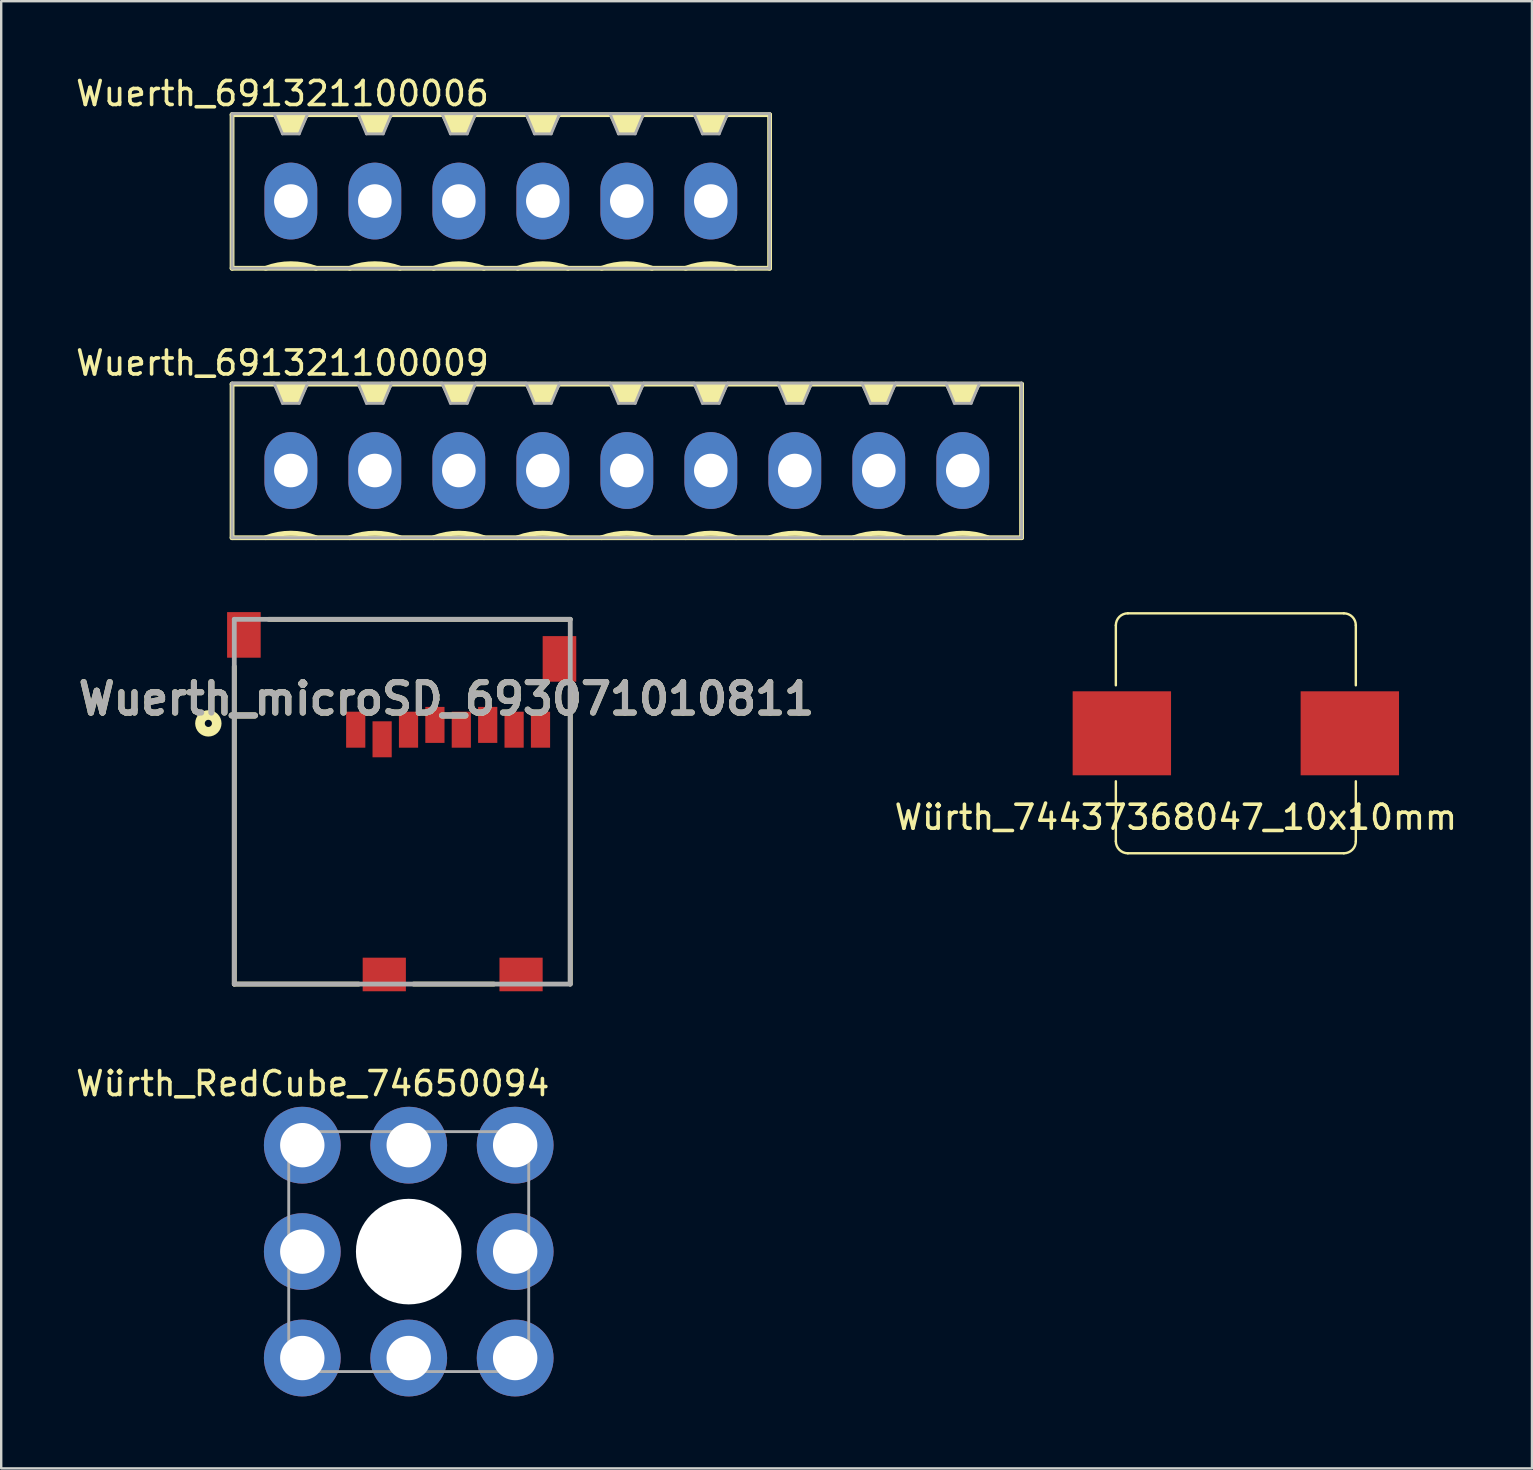
<source format=kicad_pcb>
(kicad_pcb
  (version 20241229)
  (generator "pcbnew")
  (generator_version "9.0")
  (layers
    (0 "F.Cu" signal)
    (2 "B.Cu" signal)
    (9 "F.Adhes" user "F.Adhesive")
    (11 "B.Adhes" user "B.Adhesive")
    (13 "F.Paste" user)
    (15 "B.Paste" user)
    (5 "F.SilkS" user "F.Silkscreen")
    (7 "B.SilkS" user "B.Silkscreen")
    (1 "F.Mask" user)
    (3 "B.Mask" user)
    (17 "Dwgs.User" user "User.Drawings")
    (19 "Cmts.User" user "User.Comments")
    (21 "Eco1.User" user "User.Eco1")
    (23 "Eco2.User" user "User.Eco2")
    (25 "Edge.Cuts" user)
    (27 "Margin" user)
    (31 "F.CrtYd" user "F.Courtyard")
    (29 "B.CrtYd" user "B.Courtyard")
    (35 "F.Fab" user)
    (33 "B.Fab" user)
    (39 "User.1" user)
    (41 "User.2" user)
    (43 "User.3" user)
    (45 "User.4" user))
  (footprint "Würth_74437368047_10x10mm"
    (layer "F.Cu")
    (at 48.448 27.507)
    (property "Reference" "Würth_74437368047_10x10mm" (at -2.5 3.5 0) (layer "F.SilkS") (effects (font (size 1 1) (thickness 0.15))))
    (attr through_hole)
    (fp_line (start -5 -2) (end -5 -4.5) (stroke (width 0.1) (type solid)) (layer "F.SilkS"))
    (fp_line (start -5 4.5) (end -5 2) (stroke (width 0.1) (type solid)) (layer "F.SilkS"))
    (fp_line (start -4.5 -5) (end 4.5 -5) (stroke (width 0.1) (type solid)) (layer "F.SilkS"))
    (fp_line (start 4.5 5) (end -4.5 5) (stroke (width 0.1) (type solid)) (layer "F.SilkS"))
    (fp_line (start 5 -4.5) (end 5 -2) (stroke (width 0.1) (type solid)) (layer "F.SilkS"))
    (fp_line (start 5 2) (end 5 4.5) (stroke (width 0.1) (type solid)) (layer "F.SilkS"))
    (fp_arc (start -5 -4.5) (mid -4.853553 -4.853553) (end -4.5 -5) (stroke (width 0.1) (type solid)) (layer "F.SilkS"))
    (fp_arc (start -4.5 5) (mid -4.853553 4.853553) (end -5 4.5) (stroke (width 0.1) (type solid)) (layer "F.SilkS"))
    (fp_arc (start 4.5 -5) (mid 4.853553 -4.853553) (end 5 -4.5) (stroke (width 0.1) (type solid)) (layer "F.SilkS"))
    (fp_arc (start 5 4.5) (mid 4.853553 4.853553) (end 4.5 5) (stroke (width 0.1) (type solid)) (layer "F.SilkS"))
    (pad "1" smd rect (at -4.75 0) (size 4.1 3.5) (layers "F.Cu" "F.Mask" "F.Paste"))
    (pad "2" smd rect (at 4.75 0) (size 4.1 3.5) (layers "F.Cu" "F.Mask" "F.Paste")))
  (footprint "Wuerth_microSD_693071010811"
    (layer "F.Cu")
    (at 12.873 27.757)
    (property "Reference" "Wuerth_microSD_693071010811" (at 2.682 -1.689 0) (layer "F.SilkS") (effects (font (size 1.27 1.27) (thickness 0.254))))
    (attr smd)
    (fp_line (start -6.16 10.2) (end -6.16 -3.037) (stroke (width 0.2) (type solid)) (layer "F.SilkS"))
    (fp_line (start -6.16 10.2) (end -0.978 10.2) (stroke (width 0.2) (type solid)) (layer "F.SilkS"))
    (fp_line (start 4.657 10.2) (end 1.313 10.2) (stroke (width 0.2) (type solid)) (layer "F.SilkS"))
    (fp_line (start 7.84 -5) (end -4.724 -5) (stroke (width 0.2) (type solid)) (layer "F.SilkS"))
    (fp_line (start 7.84 10.2) (end 7.84 -2.099) (stroke (width 0.2) (type solid)) (layer "F.SilkS"))
    (fp_circle (center -7.241 -0.663) (end -7.241 -0.514) (stroke (width 0.4) (type solid)) (fill no) (layer "F.SilkS"))
    (fp_line (start -6.16 -5) (end 7.84 -5) (stroke (width 0.2) (type solid)) (layer "F.Fab"))
    (fp_line (start -6.16 10.2) (end -6.16 -5) (stroke (width 0.2) (type solid)) (layer "F.Fab"))
    (fp_line (start 7.84 -5) (end 7.84 10.2) (stroke (width 0.2) (type solid)) (layer "F.Fab"))
    (fp_line (start 7.84 10.2) (end -6.16 10.2) (stroke (width 0.2) (type solid)) (layer "F.Fab"))
    (fp_text user "${REFERENCE}" (at 2.682 -1.689 0) (layer "F.Fab") (effects (font (size 1.27 1.27) (thickness 0.254))))
    (pad "1" smd rect (at -1.1 -0.4) (size 0.8 1.5) (layers "F.Cu" "F.Mask" "F.Paste"))
    (pad "2" smd rect (at 0 0) (size 0.8 1.5) (layers "F.Cu" "F.Mask" "F.Paste"))
    (pad "3" smd rect (at 1.1 -0.4) (size 0.8 1.5) (layers "F.Cu" "F.Mask" "F.Paste"))
    (pad "4" smd rect (at 2.2 -0.6) (size 0.8 1.5) (layers "F.Cu" "F.Mask" "F.Paste"))
    (pad "5" smd rect (at 3.3 -0.4) (size 0.8 1.5) (layers "F.Cu" "F.Mask" "F.Paste"))
    (pad "6" smd rect (at 4.4 -0.6) (size 0.8 1.5) (layers "F.Cu" "F.Mask" "F.Paste"))
    (pad "7" smd rect (at 5.5 -0.4) (size 0.8 1.5) (layers "F.Cu" "F.Mask" "F.Paste"))
    (pad "8" smd rect (at 6.6 -0.4) (size 0.8 1.5) (layers "F.Cu" "F.Mask" "F.Paste"))
    (pad "9" smd rect (at -5.76 -4.35) (size 1.4 1.9) (layers "F.Cu" "F.Mask" "F.Paste"))
    (pad "9" smd rect (at 7.39 -3.35) (size 1.4 1.9) (layers "F.Cu" "F.Mask" "F.Paste"))
    (pad "10" smd rect (at 0.09 9.8 90) (size 1.4 1.8) (layers "F.Cu" "F.Mask" "F.Paste"))
    (pad "10" smd rect (at 5.79 9.8 90) (size 1.4 1.8) (layers "F.Cu" "F.Mask" "F.Paste")))
  (footprint "Wuerth_691321100009"
    (layer "F.Cu")
    (at 16.07 16.557)
    (property "Reference" "Wuerth_691321100009" (at -7.35 -4.48 0) (layer "F.SilkS") (effects (font (size 1 1) (thickness 0.15))))
    (attr through_hole)
    (fp_line (start -9.45 -3.6) (end 23.45 -3.6) (stroke (width 0.2) (type solid)) (layer "F.SilkS"))
    (fp_line (start -9.45 2.8) (end -9.45 -3.6) (stroke (width 0.2) (type solid)) (layer "F.SilkS"))
    (fp_line (start -9.45 2.8) (end 23.45 2.8) (stroke (width 0.2) (type solid)) (layer "F.SilkS"))
    (fp_line (start 23.45 2.8) (end 23.45 -3.6) (stroke (width 0.2) (type solid)) (layer "F.SilkS"))
    (fp_arc (start -8.049409 2.79978) (mid -6.999685 2.6096) (end -5.950001 2.800001) (stroke (width 0.2) (type solid)) (layer "F.SilkS"))
    (fp_arc (start -4.549409 2.79978) (mid -3.499685 2.6096) (end -2.450001 2.800001) (stroke (width 0.2) (type solid)) (layer "F.SilkS"))
    (fp_arc (start -1.049409 2.79978) (mid 0.000315 2.6096) (end 1.049999 2.800001) (stroke (width 0.2) (type solid)) (layer "F.SilkS"))
    (fp_arc (start 2.450591 2.79978) (mid 3.500315 2.6096) (end 4.549999 2.800001) (stroke (width 0.2) (type solid)) (layer "F.SilkS"))
    (fp_arc (start 5.950591 2.79978) (mid 7.000315 2.6096) (end 8.049999 2.800001) (stroke (width 0.2) (type solid)) (layer "F.SilkS"))
    (fp_arc (start 9.450591 2.79978) (mid 10.500315 2.6096) (end 11.549999 2.800001) (stroke (width 0.2) (type solid)) (layer "F.SilkS"))
    (fp_arc (start 12.950591 2.79978) (mid 14.000315 2.6096) (end 15.049999 2.800001) (stroke (width 0.2) (type solid)) (layer "F.SilkS"))
    (fp_arc (start 16.450591 2.79978) (mid 17.500315 2.6096) (end 18.549999 2.800001) (stroke (width 0.2) (type solid)) (layer "F.SilkS"))
    (fp_arc (start 19.950591 2.79978) (mid 21.000315 2.6096) (end 22.049999 2.800001) (stroke (width 0.2) (type solid)) (layer "F.SilkS"))
    (fp_poly (pts (xy -7.35 -3.6) (xy -7 -2.88) (xy -6.65 -3.6)) (stroke (width 0.1) (type solid)) (fill yes) (layer "F.SilkS"))
    (fp_poly (pts (xy -7.7 -3.6) (xy -7.35 -2.88) (xy -6.65 -2.88) (xy -6.3 -3.6)) (stroke (width 0.1) (type solid)) (fill yes) (layer "F.SilkS"))
    (fp_poly (pts (xy -4.2 -3.6) (xy -3.85 -2.88) (xy -3.15 -2.88) (xy -2.8 -3.6)) (stroke (width 0.1) (type solid)) (fill yes) (layer "F.SilkS"))
    (fp_poly (pts (xy -0.7 -3.6) (xy -0.35 -2.88) (xy 0.35 -2.88) (xy 0.7 -3.6)) (stroke (width 0.1) (type solid)) (fill yes) (layer "F.SilkS"))
    (fp_poly (pts (xy 2.8 -3.6) (xy 3.15 -2.88) (xy 3.85 -2.88) (xy 4.2 -3.6)) (stroke (width 0.1) (type solid)) (fill yes) (layer "F.SilkS"))
    (fp_poly (pts (xy 6.3 -3.6) (xy 6.65 -2.88) (xy 7.35 -2.88) (xy 7.7 -3.6)) (stroke (width 0.1) (type solid)) (fill yes) (layer "F.SilkS"))
    (fp_poly (pts (xy 9.8 -3.6) (xy 10.15 -2.88) (xy 10.85 -2.88) (xy 11.2 -3.6)) (stroke (width 0.1) (type solid)) (fill yes) (layer "F.SilkS"))
    (fp_poly (pts (xy 13.3 -3.6) (xy 13.65 -2.88) (xy 14.35 -2.88) (xy 14.7 -3.6)) (stroke (width 0.1) (type solid)) (fill yes) (layer "F.SilkS"))
    (fp_poly (pts (xy 16.8 -3.6) (xy 17.15 -2.88) (xy 17.85 -2.88) (xy 18.2 -3.6)) (stroke (width 0.1) (type solid)) (fill yes) (layer "F.SilkS"))
    (fp_poly (pts (xy 20.3 -3.6) (xy 20.65 -2.88) (xy 21.35 -2.88) (xy 21.7 -3.6)) (stroke (width 0.1) (type solid)) (fill yes) (layer "F.SilkS"))
    (fp_line (start -9.45 -3.64) (end -9.45 2.8) (stroke (width 0.12) (type solid)) (layer "F.Fab"))
    (fp_line (start -9.45 -3.64) (end -7.7 -3.64) (stroke (width 0.12) (type solid)) (layer "F.Fab"))
    (fp_line (start -9.45 2.8) (end 23.45 2.8) (stroke (width 0.12) (type solid)) (layer "F.Fab"))
    (fp_line (start -7.7 -3.64) (end -7.35 -2.8) (stroke (width 0.12) (type solid)) (layer "F.Fab"))
    (fp_line (start -7.35 -2.8) (end -6.65 -2.8) (stroke (width 0.12) (type solid)) (layer "F.Fab"))
    (fp_line (start -6.65 -2.8) (end -6.3 -3.64) (stroke (width 0.12) (type solid)) (layer "F.Fab"))
    (fp_line (start -6.3 -3.64) (end -4.2 -3.64) (stroke (width 0.12) (type solid)) (layer "F.Fab"))
    (fp_line (start -4.2 -3.64) (end -3.85 -2.8) (stroke (width 0.12) (type solid)) (layer "F.Fab"))
    (fp_line (start -3.85 -2.8) (end -3.15 -2.8) (stroke (width 0.12) (type solid)) (layer "F.Fab"))
    (fp_line (start -3.15 -2.8) (end -2.8 -3.64) (stroke (width 0.12) (type solid)) (layer "F.Fab"))
    (fp_line (start -2.8 -3.64) (end -0.7 -3.64) (stroke (width 0.12) (type solid)) (layer "F.Fab"))
    (fp_line (start -0.7 -3.64) (end -0.35 -2.8) (stroke (width 0.12) (type solid)) (layer "F.Fab"))
    (fp_line (start -0.35 -2.8) (end 0.35 -2.8) (stroke (width 0.12) (type solid)) (layer "F.Fab"))
    (fp_line (start 0.35 -2.8) (end 0.7 -3.64) (stroke (width 0.12) (type solid)) (layer "F.Fab"))
    (fp_line (start 0.7 -3.64) (end 2.8 -3.64) (stroke (width 0.12) (type solid)) (layer "F.Fab"))
    (fp_line (start 2.8 -3.64) (end 3.15 -2.8) (stroke (width 0.12) (type solid)) (layer "F.Fab"))
    (fp_line (start 3.15 -2.8) (end 3.85 -2.8) (stroke (width 0.12) (type solid)) (layer "F.Fab"))
    (fp_line (start 3.85 -2.8) (end 4.2 -3.64) (stroke (width 0.12) (type solid)) (layer "F.Fab"))
    (fp_line (start 4.2 -3.64) (end 6.3 -3.64) (stroke (width 0.12) (type solid)) (layer "F.Fab"))
    (fp_line (start 6.3 -3.64) (end 6.65 -2.8) (stroke (width 0.12) (type solid)) (layer "F.Fab"))
    (fp_line (start 6.65 -2.8) (end 7.35 -2.8) (stroke (width 0.12) (type solid)) (layer "F.Fab"))
    (fp_line (start 7.35 -2.8) (end 7.7 -3.64) (stroke (width 0.12) (type solid)) (layer "F.Fab"))
    (fp_line (start 7.7 -3.64) (end 9.8 -3.64) (stroke (width 0.12) (type solid)) (layer "F.Fab"))
    (fp_line (start 9.8 -3.64) (end 10.15 -2.8) (stroke (width 0.12) (type solid)) (layer "F.Fab"))
    (fp_line (start 10.15 -2.8) (end 10.85 -2.8) (stroke (width 0.12) (type solid)) (layer "F.Fab"))
    (fp_line (start 10.85 -2.8) (end 11.2 -3.64) (stroke (width 0.12) (type solid)) (layer "F.Fab"))
    (fp_line (start 11.2 -3.64) (end 13.3 -3.64) (stroke (width 0.12) (type solid)) (layer "F.Fab"))
    (fp_line (start 13.3 -3.64) (end 13.65 -2.8) (stroke (width 0.12) (type solid)) (layer "F.Fab"))
    (fp_line (start 13.65 -2.8) (end 14.35 -2.8) (stroke (width 0.12) (type solid)) (layer "F.Fab"))
    (fp_line (start 14.35 -2.8) (end 14.7 -3.64) (stroke (width 0.12) (type solid)) (layer "F.Fab"))
    (fp_line (start 14.7 -3.64) (end 16.8 -3.64) (stroke (width 0.12) (type solid)) (layer "F.Fab"))
    (fp_line (start 16.8 -3.64) (end 17.15 -2.8) (stroke (width 0.12) (type solid)) (layer "F.Fab"))
    (fp_line (start 17.15 -2.8) (end 17.85 -2.8) (stroke (width 0.12) (type solid)) (layer "F.Fab"))
    (fp_line (start 17.85 -2.8) (end 18.2 -3.64) (stroke (width 0.12) (type solid)) (layer "F.Fab"))
    (fp_line (start 18.2 -3.64) (end 20.3 -3.64) (stroke (width 0.12) (type solid)) (layer "F.Fab"))
    (fp_line (start 20.3 -3.64) (end 20.65 -2.8) (stroke (width 0.12) (type solid)) (layer "F.Fab"))
    (fp_line (start 20.65 -2.8) (end 21.35 -2.8) (stroke (width 0.12) (type solid)) (layer "F.Fab"))
    (fp_line (start 21.35 -2.8) (end 21.7 -3.64) (stroke (width 0.12) (type solid)) (layer "F.Fab"))
    (fp_line (start 23.45 -3.64) (end -9.45 -3.64) (stroke (width 0.12) (type solid)) (layer "F.Fab"))
    (fp_line (start 23.45 2.8) (end 23.45 -3.64) (stroke (width 0.12) (type solid)) (layer "F.Fab"))
    (pad "1" thru_hole oval (at -7 0) (size 2.2 3.2) (drill 1.4) (layers "*.Cu" "*.Mask"))
    (pad "2" thru_hole oval (at -3.5 0) (size 2.2 3.2) (drill 1.4) (layers "*.Cu" "*.Mask"))
    (pad "3" thru_hole oval (at 0 0) (size 2.2 3.2) (drill 1.4) (layers "*.Cu" "*.Mask"))
    (pad "4" thru_hole oval (at 3.5 0) (size 2.2 3.2) (drill 1.4) (layers "*.Cu" "*.Mask"))
    (pad "5" thru_hole oval (at 7 0) (size 2.2 3.2) (drill 1.4) (layers "*.Cu" "*.Mask"))
    (pad "6" thru_hole oval (at 10.5 0) (size 2.2 3.2) (drill 1.4) (layers "*.Cu" "*.Mask"))
    (pad "7" thru_hole oval (at 14 0) (size 2.2 3.2) (drill 1.4) (layers "*.Cu" "*.Mask"))
    (pad "8" thru_hole oval (at 17.5 0) (size 2.2 3.2) (drill 1.4) (layers "*.Cu" "*.Mask"))
    (pad "9" thru_hole oval (at 21 0) (size 2.2 3.2) (drill 1.4) (layers "*.Cu" "*.Mask")))
  (footprint "Würth_RedCube_74650094"
    (layer "F.Cu")
    (at 13.982 49.105)
    (property "Reference" "Würth_RedCube_74650094" (at -4 -7 0) (layer "F.SilkS") (effects (font (size 1 1) (thickness 0.15))))
    (attr through_hole)
    (fp_line (start -5 -5) (end 5 -5) (stroke (width 0.12) (type solid)) (layer "F.Fab"))
    (fp_line (start -5 5) (end -5 -5) (stroke (width 0.12) (type solid)) (layer "F.Fab"))
    (fp_line (start 5 -5) (end 5 5) (stroke (width 0.12) (type solid)) (layer "F.Fab"))
    (fp_line (start 5 5) (end -5 5) (stroke (width 0.12) (type solid)) (layer "F.Fab"))
    (pad "" np_thru_hole circle (at 0 0) (size 4.4 4.4) (drill 4.4) (layers "*.Cu" "*.Mask"))
    (pad "1" thru_hole circle (at -4.435 -4.435) (size 3.2 3.2) (drill 1.85) (layers "*.Cu" "*.Mask"))
    (pad "1" thru_hole circle (at -4.435 0) (size 3.2 3.2) (drill 1.85) (layers "*.Cu" "*.Mask"))
    (pad "1" thru_hole circle (at -4.435 4.435) (size 3.2 3.2) (drill 1.85) (layers "*.Cu" "*.Mask"))
    (pad "1" thru_hole circle (at 0 -4.435) (size 3.2 3.2) (drill 1.85) (layers "*.Cu" "*.Mask"))
    (pad "1" thru_hole circle (at 0 4.435) (size 3.2 3.2) (drill 1.85) (layers "*.Cu" "*.Mask"))
    (pad "1" thru_hole circle (at 4.435 -4.435) (size 3.2 3.2) (drill 1.85) (layers "*.Cu" "*.Mask"))
    (pad "1" thru_hole circle (at 4.435 0) (size 3.2 3.2) (drill 1.85) (layers "*.Cu" "*.Mask"))
    (pad "1" thru_hole circle (at 4.435 4.435) (size 3.2 3.2) (drill 1.85) (layers "*.Cu" "*.Mask")))
  (footprint "Wuerth_691321100006"
    (layer "F.Cu")
    (at 16.07 5.328)
    (property "Reference" "Wuerth_691321100006" (at -7.35 -4.48 0) (layer "F.SilkS") (effects (font (size 1 1) (thickness 0.15))))
    (attr through_hole)
    (fp_line (start -9.45 -3.6) (end 12.95 -3.6) (stroke (width 0.2) (type solid)) (layer "F.SilkS"))
    (fp_line (start -9.45 2.8) (end -9.45 -3.6) (stroke (width 0.2) (type solid)) (layer "F.SilkS"))
    (fp_line (start -9.45 2.8) (end 12.95 2.8) (stroke (width 0.2) (type solid)) (layer "F.SilkS"))
    (fp_line (start 12.95 2.8) (end 12.95 -3.6) (stroke (width 0.2) (type solid)) (layer "F.SilkS"))
    (fp_arc (start -8.049409 2.79978) (mid -6.999685 2.6096) (end -5.950001 2.800001) (stroke (width 0.2) (type solid)) (layer "F.SilkS"))
    (fp_arc (start -4.549409 2.79978) (mid -3.499685 2.6096) (end -2.450001 2.800001) (stroke (width 0.2) (type solid)) (layer "F.SilkS"))
    (fp_arc (start -1.049409 2.79978) (mid 0.000315 2.6096) (end 1.049999 2.800001) (stroke (width 0.2) (type solid)) (layer "F.SilkS"))
    (fp_arc (start 2.450591 2.79978) (mid 3.500315 2.6096) (end 4.549999 2.800001) (stroke (width 0.2) (type solid)) (layer "F.SilkS"))
    (fp_arc (start 5.950591 2.79978) (mid 7.000315 2.6096) (end 8.049999 2.800001) (stroke (width 0.2) (type solid)) (layer "F.SilkS"))
    (fp_arc (start 9.450591 2.79978) (mid 10.500315 2.6096) (end 11.549999 2.800001) (stroke (width 0.2) (type solid)) (layer "F.SilkS"))
    (fp_poly (pts (xy -7.35 -3.6) (xy -7 -2.88) (xy -6.65 -3.6)) (stroke (width 0.1) (type solid)) (fill yes) (layer "F.SilkS"))
    (fp_poly (pts (xy -7.7 -3.6) (xy -7.35 -2.88) (xy -6.65 -2.88) (xy -6.3 -3.6)) (stroke (width 0.1) (type solid)) (fill yes) (layer "F.SilkS"))
    (fp_poly (pts (xy -4.2 -3.6) (xy -3.85 -2.88) (xy -3.15 -2.88) (xy -2.8 -3.6)) (stroke (width 0.1) (type solid)) (fill yes) (layer "F.SilkS"))
    (fp_poly (pts (xy -0.7 -3.6) (xy -0.35 -2.88) (xy 0.35 -2.88) (xy 0.7 -3.6)) (stroke (width 0.1) (type solid)) (fill yes) (layer "F.SilkS"))
    (fp_poly (pts (xy 2.8 -3.6) (xy 3.15 -2.88) (xy 3.85 -2.88) (xy 4.2 -3.6)) (stroke (width 0.1) (type solid)) (fill yes) (layer "F.SilkS"))
    (fp_poly (pts (xy 6.3 -3.6) (xy 6.65 -2.88) (xy 7.35 -2.88) (xy 7.7 -3.6)) (stroke (width 0.1) (type solid)) (fill yes) (layer "F.SilkS"))
    (fp_poly (pts (xy 9.8 -3.6) (xy 10.15 -2.88) (xy 10.85 -2.88) (xy 11.2 -3.6)) (stroke (width 0.1) (type solid)) (fill yes) (layer "F.SilkS"))
    (fp_line (start -9.45 -3.64) (end 12.95 -3.64) (stroke (width 0.12) (type solid)) (layer "F.Fab"))
    (fp_line (start -9.45 2.8) (end -9.45 -3.64) (stroke (width 0.12) (type solid)) (layer "F.Fab"))
    (fp_line (start -7.7 -3.64) (end -7.35 -2.8) (stroke (width 0.12) (type solid)) (layer "F.Fab"))
    (fp_line (start -7.35 -2.8) (end -6.65 -2.8) (stroke (width 0.12) (type solid)) (layer "F.Fab"))
    (fp_line (start -6.65 -2.8) (end -6.3 -3.64) (stroke (width 0.12) (type solid)) (layer "F.Fab"))
    (fp_line (start -4.2 -3.64) (end -3.85 -2.8) (stroke (width 0.12) (type solid)) (layer "F.Fab"))
    (fp_line (start -3.85 -2.8) (end -3.15 -2.8) (stroke (width 0.12) (type solid)) (layer "F.Fab"))
    (fp_line (start -3.15 -2.8) (end -2.8 -3.64) (stroke (width 0.12) (type solid)) (layer "F.Fab"))
    (fp_line (start -0.7 -3.64) (end -0.35 -2.8) (stroke (width 0.12) (type solid)) (layer "F.Fab"))
    (fp_line (start -0.35 -2.8) (end 0.35 -2.8) (stroke (width 0.12) (type solid)) (layer "F.Fab"))
    (fp_line (start 0.35 -2.8) (end 0.7 -3.64) (stroke (width 0.12) (type solid)) (layer "F.Fab"))
    (fp_line (start 2.8 -3.64) (end 3.15 -2.8) (stroke (width 0.12) (type solid)) (layer "F.Fab"))
    (fp_line (start 3.15 -2.8) (end 3.85 -2.8) (stroke (width 0.12) (type solid)) (layer "F.Fab"))
    (fp_line (start 3.85 -2.8) (end 4.2 -3.64) (stroke (width 0.12) (type solid)) (layer "F.Fab"))
    (fp_line (start 6.3 -3.64) (end 6.65 -2.8) (stroke (width 0.12) (type solid)) (layer "F.Fab"))
    (fp_line (start 6.65 -2.8) (end 7.35 -2.8) (stroke (width 0.12) (type solid)) (layer "F.Fab"))
    (fp_line (start 7.35 -2.8) (end 7.7 -3.64) (stroke (width 0.12) (type solid)) (layer "F.Fab"))
    (fp_line (start 9.8 -3.64) (end 10.15 -2.8) (stroke (width 0.12) (type solid)) (layer "F.Fab"))
    (fp_line (start 10.15 -2.8) (end 10.85 -2.8) (stroke (width 0.12) (type solid)) (layer "F.Fab"))
    (fp_line (start 10.85 -2.8) (end 11.2 -3.64) (stroke (width 0.12) (type solid)) (layer "F.Fab"))
    (fp_line (start 12.95 -3.64) (end 12.95 2.8) (stroke (width 0.12) (type solid)) (layer "F.Fab"))
    (fp_line (start 12.95 2.8) (end -9.45 2.8) (stroke (width 0.12) (type solid)) (layer "F.Fab"))
    (pad "1" thru_hole oval (at -7 0) (size 2.2 3.2) (drill 1.4) (layers "*.Cu" "*.Mask"))
    (pad "2" thru_hole oval (at -3.5 0) (size 2.2 3.2) (drill 1.4) (layers "*.Cu" "*.Mask"))
    (pad "3" thru_hole oval (at 0 0) (size 2.2 3.2) (drill 1.4) (layers "*.Cu" "*.Mask"))
    (pad "4" thru_hole oval (at 3.5 0) (size 2.2 3.2) (drill 1.4) (layers "*.Cu" "*.Mask"))
    (pad "5" thru_hole oval (at 7 0) (size 2.2 3.2) (drill 1.4) (layers "*.Cu" "*.Mask"))
    (pad "6" thru_hole oval (at 10.5 0) (size 2.2 3.2) (drill 1.4) (layers "*.Cu" "*.Mask")))
  (gr_rect
    (start -3 -3)
    (end 60.788 58.14)
    (stroke (width 0.1) (type default))
    (fill no)
    (layer "Edge.Cuts")))
</source>
